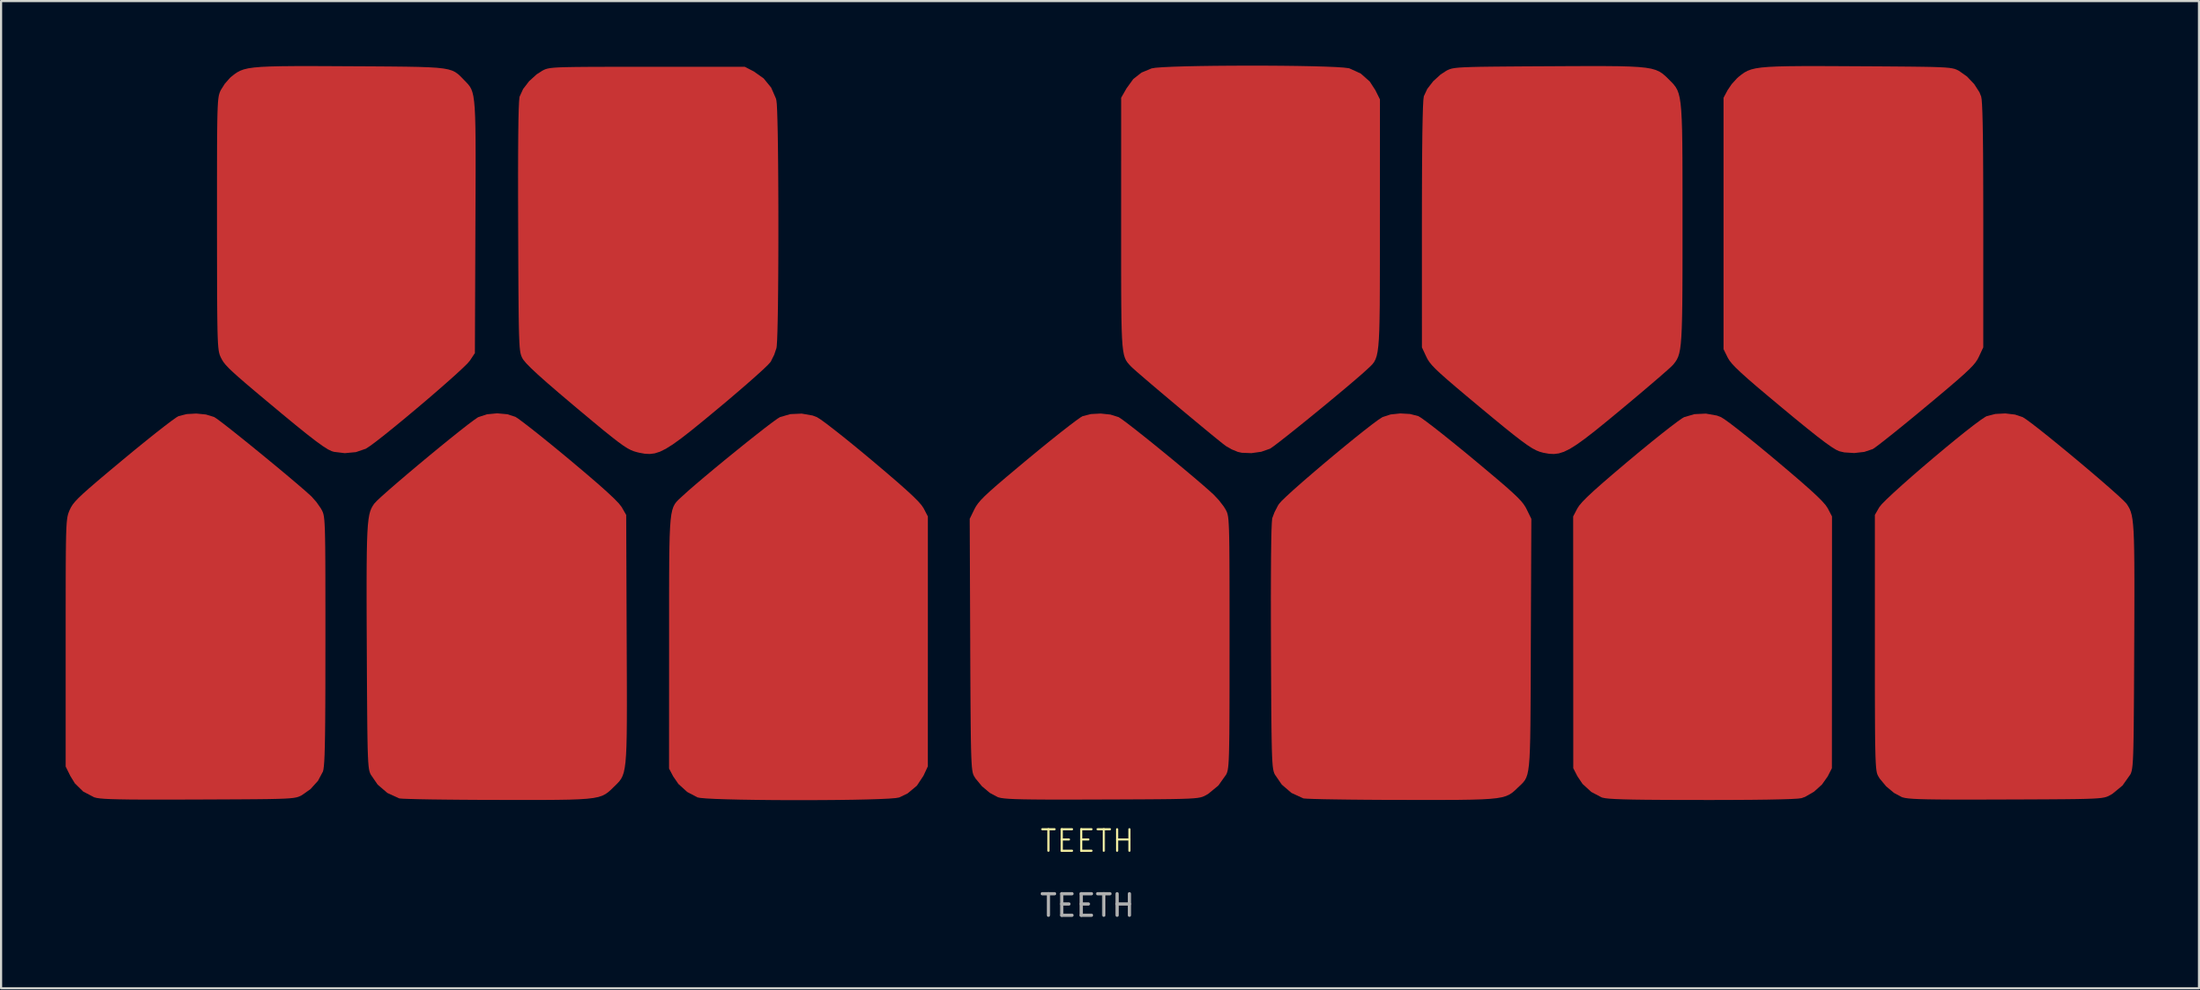
<source format=kicad_pcb>
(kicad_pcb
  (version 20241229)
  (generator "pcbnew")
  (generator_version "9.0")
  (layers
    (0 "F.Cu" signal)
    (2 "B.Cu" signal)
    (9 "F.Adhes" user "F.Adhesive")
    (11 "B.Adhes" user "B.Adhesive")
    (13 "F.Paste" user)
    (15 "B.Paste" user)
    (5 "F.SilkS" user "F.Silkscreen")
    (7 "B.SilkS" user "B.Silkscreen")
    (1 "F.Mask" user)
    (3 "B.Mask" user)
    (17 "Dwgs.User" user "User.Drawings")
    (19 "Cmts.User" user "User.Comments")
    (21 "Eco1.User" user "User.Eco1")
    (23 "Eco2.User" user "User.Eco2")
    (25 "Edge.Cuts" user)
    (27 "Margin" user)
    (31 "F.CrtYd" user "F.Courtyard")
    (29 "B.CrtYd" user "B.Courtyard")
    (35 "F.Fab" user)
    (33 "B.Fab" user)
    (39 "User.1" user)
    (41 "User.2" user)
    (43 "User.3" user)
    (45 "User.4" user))
  (footprint "TEETH"
    (layer "F.Cu")
    (at 47.456 36.529)
    (property "Reference" "TEETH" (at 0 -0.5 0) (unlocked yes) (layer "F.SilkS") (effects (font (size 1 1) (thickness 0.1))))
    (attr smd)
    (fp_poly (pts (xy 29.239 -20.217) (xy 29.432 -20.143) (xy 29.585 -20.048) (xy 29.849 -19.858) (xy 30.204 -19.585) (xy 30.633 -19.246) (xy 31.119 -18.854) (xy 31.641 -18.423) (xy 31.999 -18.124) (xy 32.642 -17.58) (xy 33.164 -17.131) (xy 33.578 -16.765) (xy 33.895 -16.472) (xy 34.126 -16.241) (xy 34.285 -16.061) (xy 34.381 -15.92) (xy 34.391 -15.902) (xy 34.586 -15.529) (xy 34.584 -9.679) (xy 34.581 -3.829) (xy 34.387 -3.448) (xy 34.12 -3.07) (xy 33.75 -2.736) (xy 33.337 -2.497) (xy 33.166 -2.436) (xy 33.001 -2.415) (xy 32.674 -2.396) (xy 32.193 -2.381) (xy 31.566 -2.368) (xy 30.799 -2.359) (xy 29.901 -2.354) (xy 28.879 -2.351) (xy 28.532 -2.352) (xy 27.519 -2.353) (xy 26.661 -2.357) (xy 25.947 -2.362) (xy 25.363 -2.37) (xy 24.895 -2.381) (xy 24.531 -2.395) (xy 24.257 -2.412) (xy 24.06 -2.433) (xy 23.928 -2.459) (xy 23.886 -2.472) (xy 23.407 -2.724) (xy 23 -3.097) (xy 22.76 -3.455) (xy 22.568 -3.829) (xy 22.566 -9.679) (xy 22.563 -15.529) (xy 22.758 -15.902) (xy 22.847 -16.037) (xy 22.995 -16.211) (xy 23.215 -16.434) (xy 23.518 -16.717) (xy 23.916 -17.071) (xy 24.421 -17.507) (xy 25.045 -18.036) (xy 25.15 -18.124) (xy 25.687 -18.572) (xy 26.199 -18.991) (xy 26.668 -19.367) (xy 27.074 -19.685) (xy 27.401 -19.932) (xy 27.629 -20.092) (xy 27.717 -20.143) (xy 28.197 -20.283) (xy 28.728 -20.308)) (stroke (width 0) (type solid)) (fill yes) (layer "F.Mask"))
    (fp_poly (pts (xy -12.759 -20.218) (xy -12.562 -20.143) (xy -12.409 -20.048) (xy -12.146 -19.858) (xy -11.791 -19.585) (xy -11.361 -19.246) (xy -10.876 -18.854) (xy -10.353 -18.423) (xy -9.995 -18.124) (xy -9.352 -17.58) (xy -8.83 -17.131) (xy -8.417 -16.765) (xy -8.1 -16.472) (xy -7.868 -16.241) (xy -7.71 -16.061) (xy -7.613 -15.92) (xy -7.603 -15.902) (xy -7.409 -15.529) (xy -7.409 -9.721) (xy -7.41 -3.914) (xy -7.612 -3.48) (xy -7.919 -3.016) (xy -8.349 -2.657) (xy -8.742 -2.468) (xy -8.908 -2.44) (xy -9.222 -2.415) (xy -9.666 -2.394) (xy -10.218 -2.377) (xy -10.859 -2.363) (xy -11.569 -2.353) (xy -12.326 -2.347) (xy -13.112 -2.344) (xy -13.906 -2.344) (xy -14.688 -2.349) (xy -15.437 -2.357) (xy -16.133 -2.368) (xy -16.757 -2.383) (xy -17.288 -2.401) (xy -17.706 -2.423) (xy -17.991 -2.449) (xy -18.108 -2.472) (xy -18.587 -2.724) (xy -18.997 -3.097) (xy -19.238 -3.447) (xy -19.431 -3.813) (xy -19.429 -9.663) (xy -19.429 -10.838) (xy -19.429 -11.855) (xy -19.427 -12.728) (xy -19.422 -13.468) (xy -19.414 -14.088) (xy -19.402 -14.601) (xy -19.383 -15.018) (xy -19.358 -15.351) (xy -19.325 -15.614) (xy -19.282 -15.819) (xy -19.23 -15.977) (xy -19.166 -16.102) (xy -19.09 -16.204) (xy -19.001 -16.298) (xy -18.897 -16.394) (xy -18.828 -16.458) (xy -18.557 -16.704) (xy -18.2 -17.014) (xy -17.777 -17.373) (xy -17.309 -17.764) (xy -16.814 -18.172) (xy -16.312 -18.58) (xy -15.824 -18.974) (xy -15.368 -19.335) (xy -14.966 -19.65) (xy -14.635 -19.901) (xy -14.396 -20.072) (xy -14.278 -20.145) (xy -13.798 -20.284) (xy -13.268 -20.308)) (stroke (width 0) (type solid)) (fill yes) (layer "F.Mask"))
    (fp_poly (pts (xy 34.849 -36.455) (xy 35.784 -36.45) (xy 36.753 -36.445) (xy 37.568 -36.439) (xy 38.243 -36.433) (xy 38.792 -36.426) (xy 39.232 -36.418) (xy 39.576 -36.406) (xy 39.839 -36.392) (xy 40.036 -36.374) (xy 40.182 -36.351) (xy 40.291 -36.324) (xy 40.379 -36.29) (xy 40.459 -36.25) (xy 40.482 -36.238) (xy 40.855 -35.974) (xy 41.189 -35.623) (xy 41.436 -35.239) (xy 41.515 -35.041) (xy 41.537 -34.91) (xy 41.555 -34.666) (xy 41.571 -34.303) (xy 41.584 -33.814) (xy 41.595 -33.191) (xy 41.603 -32.428) (xy 41.608 -31.517) (xy 41.611 -30.452) (xy 41.613 -29.225) (xy 41.613 -29.05) (xy 41.612 -23.387) (xy 41.408 -22.95) (xy 41.341 -22.821) (xy 41.252 -22.688) (xy 41.127 -22.538) (xy 40.952 -22.359) (xy 40.714 -22.136) (xy 40.398 -21.856) (xy 39.99 -21.506) (xy 39.477 -21.074) (xy 38.975 -20.655) (xy 38.438 -20.209) (xy 37.931 -19.794) (xy 37.473 -19.423) (xy 37.079 -19.11) (xy 36.769 -18.868) (xy 36.558 -18.711) (xy 36.477 -18.659) (xy 36.085 -18.528) (xy 35.618 -18.475) (xy 35.154 -18.505) (xy 34.925 -18.559) (xy 34.774 -18.628) (xy 34.559 -18.761) (xy 34.269 -18.966) (xy 33.894 -19.252) (xy 33.423 -19.627) (xy 32.845 -20.098) (xy 32.239 -20.601) (xy 31.603 -21.133) (xy 31.085 -21.57) (xy 30.674 -21.926) (xy 30.356 -22.212) (xy 30.117 -22.44) (xy 29.945 -22.622) (xy 29.826 -22.77) (xy 29.749 -22.896) (xy 29.741 -22.912) (xy 29.548 -23.302) (xy 29.548 -29.144) (xy 29.548 -34.986) (xy 29.736 -35.338) (xy 29.926 -35.619) (xy 30.171 -35.889) (xy 30.244 -35.955) (xy 30.382 -36.065) (xy 30.515 -36.159) (xy 30.66 -36.237) (xy 30.83 -36.301) (xy 31.04 -36.352) (xy 31.304 -36.391) (xy 31.638 -36.42) (xy 32.055 -36.44) (xy 32.57 -36.452) (xy 33.197 -36.458) (xy 33.952 -36.459)) (stroke (width 0) (type solid)) (fill yes) (layer "F.Mask"))
    (fp_poly (pts (xy 8.25 -36.478) (xy 9.024 -36.473) (xy 9.759 -36.464) (xy 10.435 -36.451) (xy 11.031 -36.434) (xy 11.527 -36.414) (xy 11.9 -36.389) (xy 12.132 -36.361) (xy 12.17 -36.352) (xy 12.696 -36.112) (xy 13.114 -35.742) (xy 13.373 -35.344) (xy 13.589 -34.911) (xy 13.587 -29.107) (xy 13.587 -27.937) (xy 13.586 -26.924) (xy 13.584 -26.056) (xy 13.58 -25.32) (xy 13.571 -24.704) (xy 13.559 -24.195) (xy 13.54 -23.781) (xy 13.514 -23.451) (xy 13.48 -23.19) (xy 13.437 -22.988) (xy 13.384 -22.832) (xy 13.32 -22.708) (xy 13.243 -22.606) (xy 13.152 -22.512) (xy 13.047 -22.415) (xy 12.985 -22.357) (xy 12.754 -22.148) (xy 12.43 -21.868) (xy 12.035 -21.532) (xy 11.586 -21.157) (xy 11.106 -20.758) (xy 10.612 -20.353) (xy 10.126 -19.957) (xy 9.666 -19.586) (xy 9.253 -19.258) (xy 8.906 -18.986) (xy 8.646 -18.789) (xy 8.491 -18.682) (xy 8.477 -18.674) (xy 8.079 -18.535) (xy 7.616 -18.47) (xy 7.17 -18.488) (xy 6.988 -18.528) (xy 6.705 -18.645) (xy 6.437 -18.798) (xy 6.288 -18.912) (xy 6.033 -19.116) (xy 5.694 -19.393) (xy 5.291 -19.726) (xy 4.842 -20.099) (xy 4.368 -20.494) (xy 3.889 -20.897) (xy 3.424 -21.289) (xy 2.993 -21.654) (xy 2.617 -21.976) (xy 2.314 -22.238) (xy 2.105 -22.423) (xy 2.015 -22.509) (xy 1.93 -22.602) (xy 1.856 -22.69) (xy 1.793 -22.787) (xy 1.74 -22.903) (xy 1.696 -23.052) (xy 1.66 -23.247) (xy 1.631 -23.498) (xy 1.609 -23.819) (xy 1.593 -24.222) (xy 1.581 -24.719) (xy 1.574 -25.323) (xy 1.569 -26.046) (xy 1.567 -26.899) (xy 1.567 -27.897) (xy 1.567 -29.05) (xy 1.567 -29.163) (xy 1.568 -34.986) (xy 1.818 -35.423) (xy 2.131 -35.856) (xy 2.514 -36.156) (xy 2.983 -36.351) (xy 3.168 -36.381) (xy 3.501 -36.406) (xy 3.963 -36.428) (xy 4.531 -36.446) (xy 5.186 -36.46) (xy 5.906 -36.47) (xy 6.67 -36.476) (xy 7.459 -36.479)) (stroke (width 0) (type solid)) (fill yes) (layer "F.Mask"))
    (fp_poly (pts (xy -15.493 -36.209) (xy -15.038 -35.887) (xy -14.686 -35.456) (xy -14.467 -34.954) (xy -14.444 -34.859) (xy -14.425 -34.687) (xy -14.409 -34.365) (xy -14.395 -33.91) (xy -14.382 -33.34) (xy -14.372 -32.675) (xy -14.364 -31.931) (xy -14.358 -31.126) (xy -14.354 -30.28) (xy -14.352 -29.409) (xy -14.352 -28.532) (xy -14.354 -27.667) (xy -14.358 -26.832) (xy -14.364 -26.045) (xy -14.372 -25.324) (xy -14.383 -24.687) (xy -14.395 -24.152) (xy -14.41 -23.737) (xy -14.427 -23.461) (xy -14.44 -23.358) (xy -14.545 -23.045) (xy -14.696 -22.742) (xy -14.727 -22.694) (xy -14.839 -22.57) (xy -15.065 -22.353) (xy -15.389 -22.059) (xy -15.792 -21.703) (xy -16.26 -21.299) (xy -16.773 -20.862) (xy -17.159 -20.54) (xy -17.834 -19.98) (xy -18.398 -19.522) (xy -18.865 -19.158) (xy -19.253 -18.878) (xy -19.577 -18.674) (xy -19.854 -18.537) (xy -20.099 -18.459) (xy -20.329 -18.431) (xy -20.56 -18.443) (xy -20.807 -18.488) (xy -20.913 -18.513) (xy -21.055 -18.554) (xy -21.2 -18.611) (xy -21.363 -18.697) (xy -21.558 -18.822) (xy -21.8 -18.997) (xy -22.104 -19.233) (xy -22.486 -19.54) (xy -22.958 -19.931) (xy -23.538 -20.415) (xy -23.871 -20.695) (xy -24.541 -21.262) (xy -25.087 -21.733) (xy -25.517 -22.116) (xy -25.841 -22.419) (xy -26.067 -22.65) (xy -26.205 -22.818) (xy -26.242 -22.879) (xy -26.276 -22.949) (xy -26.306 -23.027) (xy -26.331 -23.123) (xy -26.352 -23.251) (xy -26.37 -23.424) (xy -26.384 -23.653) (xy -26.396 -23.953) (xy -26.406 -24.334) (xy -26.414 -24.81) (xy -26.42 -25.394) (xy -26.426 -26.098) (xy -26.431 -26.934) (xy -26.435 -27.915) (xy -26.439 -28.96) (xy -26.443 -30.284) (xy -26.444 -31.442) (xy -26.441 -32.435) (xy -26.435 -33.265) (xy -26.426 -33.935) (xy -26.413 -34.448) (xy -26.397 -34.805) (xy -26.378 -35.008) (xy -26.371 -35.039) (xy -26.209 -35.393) (xy -25.932 -35.754) (xy -25.583 -36.072) (xy -25.321 -36.241) (xy -25.243 -36.282) (xy -25.162 -36.316) (xy -25.063 -36.344) (xy -24.933 -36.367) (xy -24.756 -36.385) (xy -24.519 -36.399) (xy -24.207 -36.409) (xy -23.806 -36.416) (xy -23.301 -36.421) (xy -22.677 -36.424) (xy -21.922 -36.425) (xy -21.019 -36.426) (xy -20.445 -36.426) (xy -15.913 -36.426)) (stroke (width 0) (type solid)) (fill yes) (layer "F.Mask"))
    (fp_poly (pts (xy 14.99 -20.29) (xy 15.373 -20.19) (xy 15.509 -20.107) (xy 15.757 -19.928) (xy 16.099 -19.667) (xy 16.518 -19.338) (xy 16.997 -18.953) (xy 17.519 -18.528) (xy 17.929 -18.189) (xy 18.543 -17.676) (xy 19.04 -17.257) (xy 19.434 -16.919) (xy 19.738 -16.647) (xy 19.968 -16.43) (xy 20.136 -16.254) (xy 20.257 -16.105) (xy 20.346 -15.97) (xy 20.401 -15.866) (xy 20.621 -15.417) (xy 20.597 -9.581) (xy 20.593 -8.421) (xy 20.589 -7.417) (xy 20.584 -6.558) (xy 20.578 -5.831) (xy 20.569 -5.224) (xy 20.555 -4.723) (xy 20.537 -4.318) (xy 20.511 -3.994) (xy 20.478 -3.74) (xy 20.437 -3.544) (xy 20.385 -3.392) (xy 20.322 -3.273) (xy 20.247 -3.174) (xy 20.159 -3.082) (xy 20.056 -2.985) (xy 19.973 -2.907) (xy 19.849 -2.788) (xy 19.729 -2.687) (xy 19.6 -2.603) (xy 19.447 -2.534) (xy 19.256 -2.479) (xy 19.012 -2.436) (xy 18.701 -2.404) (xy 18.309 -2.381) (xy 17.82 -2.366) (xy 17.22 -2.357) (xy 16.495 -2.354) (xy 15.63 -2.353) (xy 14.611 -2.355) (xy 14.568 -2.355) (xy 13.722 -2.357) (xy 12.922 -2.362) (xy 12.186 -2.369) (xy 11.53 -2.378) (xy 10.971 -2.387) (xy 10.527 -2.399) (xy 10.214 -2.411) (xy 10.049 -2.423) (xy 10.032 -2.426) (xy 9.481 -2.678) (xy 9.029 -3.067) (xy 8.709 -3.533) (xy 8.678 -3.599) (xy 8.651 -3.68) (xy 8.628 -3.788) (xy 8.608 -3.936) (xy 8.592 -4.137) (xy 8.578 -4.403) (xy 8.567 -4.746) (xy 8.558 -5.18) (xy 8.55 -5.716) (xy 8.544 -6.368) (xy 8.538 -7.148) (xy 8.533 -8.068) (xy 8.528 -9.141) (xy 8.527 -9.482) (xy 8.523 -10.718) (xy 8.522 -11.824) (xy 8.525 -12.794) (xy 8.53 -13.622) (xy 8.539 -14.304) (xy 8.55 -14.835) (xy 8.565 -15.208) (xy 8.582 -15.419) (xy 8.588 -15.452) (xy 8.692 -15.726) (xy 8.846 -16.025) (xy 8.897 -16.106) (xy 9.017 -16.244) (xy 9.251 -16.47) (xy 9.578 -16.769) (xy 9.98 -17.124) (xy 10.436 -17.518) (xy 10.926 -17.936) (xy 11.432 -18.361) (xy 11.934 -18.777) (xy 12.413 -19.167) (xy 12.848 -19.514) (xy 13.22 -19.803) (xy 13.51 -20.018) (xy 13.699 -20.14) (xy 13.711 -20.147) (xy 14.082 -20.268) (xy 14.533 -20.316)) (stroke (width 0) (type solid)) (fill yes) (layer "F.Mask"))
    (fp_poly (pts (xy -26.946 -20.279) (xy -26.568 -20.158) (xy -26.427 -20.066) (xy -26.175 -19.879) (xy -25.828 -19.611) (xy -25.406 -19.276) (xy -24.926 -18.888) (xy -24.406 -18.461) (xy -24.039 -18.156) (xy -23.343 -17.57) (xy -22.773 -17.081) (xy -22.325 -16.683) (xy -21.99 -16.369) (xy -21.762 -16.133) (xy -21.634 -15.969) (xy -21.626 -15.956) (xy -21.421 -15.598) (xy -21.398 -9.848) (xy -21.393 -8.669) (xy -21.389 -7.647) (xy -21.388 -6.769) (xy -21.39 -6.024) (xy -21.396 -5.399) (xy -21.408 -4.881) (xy -21.427 -4.458) (xy -21.453 -4.117) (xy -21.489 -3.847) (xy -21.533 -3.635) (xy -21.589 -3.469) (xy -21.657 -3.335) (xy -21.738 -3.222) (xy -21.833 -3.118) (xy -21.943 -3.009) (xy -21.994 -2.96) (xy -22.128 -2.829) (xy -22.252 -2.719) (xy -22.382 -2.627) (xy -22.53 -2.551) (xy -22.713 -2.491) (xy -22.945 -2.444) (xy -23.241 -2.409) (xy -23.614 -2.384) (xy -24.08 -2.367) (xy -24.654 -2.358) (xy -25.349 -2.353) (xy -26.181 -2.353) (xy -27.164 -2.354) (xy -27.422 -2.355) (xy -28.269 -2.357) (xy -29.069 -2.362) (xy -29.806 -2.369) (xy -30.462 -2.377) (xy -31.021 -2.387) (xy -31.466 -2.399) (xy -31.78 -2.41) (xy -31.946 -2.423) (xy -31.963 -2.426) (xy -32.514 -2.678) (xy -32.966 -3.067) (xy -33.286 -3.533) (xy -33.317 -3.599) (xy -33.344 -3.681) (xy -33.368 -3.79) (xy -33.387 -3.939) (xy -33.404 -4.142) (xy -33.417 -4.41) (xy -33.429 -4.756) (xy -33.438 -5.193) (xy -33.446 -5.733) (xy -33.452 -6.39) (xy -33.458 -7.175) (xy -33.464 -8.102) (xy -33.469 -9.183) (xy -33.47 -9.417) (xy -33.476 -10.594) (xy -33.479 -11.613) (xy -33.479 -12.488) (xy -33.476 -13.231) (xy -33.469 -13.854) (xy -33.458 -14.37) (xy -33.441 -14.791) (xy -33.419 -15.13) (xy -33.389 -15.399) (xy -33.353 -15.61) (xy -33.309 -15.775) (xy -33.256 -15.908) (xy -33.194 -16.02) (xy -33.122 -16.125) (xy -33.12 -16.127) (xy -32.999 -16.257) (xy -32.764 -16.476) (xy -32.436 -16.767) (xy -32.034 -17.116) (xy -31.578 -17.505) (xy -31.088 -17.918) (xy -30.581 -18.34) (xy -30.08 -18.753) (xy -29.602 -19.141) (xy -29.167 -19.489) (xy -28.796 -19.78) (xy -28.506 -19.998) (xy -28.319 -20.127) (xy -28.288 -20.144) (xy -27.887 -20.276) (xy -27.415 -20.321)) (stroke (width 0) (type solid)) (fill yes) (layer "F.Mask"))
    (fp_poly (pts (xy 43.092 -20.262) (xy 43.443 -20.144) (xy 43.606 -20.039) (xy 43.875 -19.841) (xy 44.229 -19.566) (xy 44.651 -19.23) (xy 45.119 -18.849) (xy 45.616 -18.44) (xy 46.122 -18.018) (xy 46.617 -17.6) (xy 47.082 -17.202) (xy 47.497 -16.84) (xy 47.844 -16.531) (xy 48.103 -16.29) (xy 48.255 -16.133) (xy 48.276 -16.106) (xy 48.347 -15.996) (xy 48.409 -15.883) (xy 48.461 -15.754) (xy 48.505 -15.596) (xy 48.541 -15.398) (xy 48.57 -15.146) (xy 48.593 -14.828) (xy 48.61 -14.431) (xy 48.621 -13.943) (xy 48.628 -13.35) (xy 48.631 -12.642) (xy 48.631 -11.803) (xy 48.629 -10.824) (xy 48.624 -9.689) (xy 48.623 -9.459) (xy 48.618 -8.342) (xy 48.613 -7.381) (xy 48.607 -6.564) (xy 48.601 -5.879) (xy 48.594 -5.312) (xy 48.585 -4.852) (xy 48.575 -4.486) (xy 48.562 -4.201) (xy 48.546 -3.984) (xy 48.527 -3.823) (xy 48.505 -3.705) (xy 48.479 -3.618) (xy 48.449 -3.549) (xy 48.441 -3.533) (xy 48.079 -3.023) (xy 47.607 -2.635) (xy 47.498 -2.572) (xy 47.42 -2.532) (xy 47.338 -2.498) (xy 47.237 -2.47) (xy 47.103 -2.447) (xy 46.921 -2.429) (xy 46.677 -2.414) (xy 46.357 -2.403) (xy 45.945 -2.394) (xy 45.428 -2.388) (xy 44.791 -2.383) (xy 44.02 -2.379) (xy 43.1 -2.375) (xy 42.672 -2.374) (xy 41.658 -2.371) (xy 40.8 -2.37) (xy 40.083 -2.371) (xy 39.494 -2.375) (xy 39.019 -2.382) (xy 38.644 -2.392) (xy 38.355 -2.406) (xy 38.138 -2.424) (xy 37.98 -2.446) (xy 37.866 -2.473) (xy 37.833 -2.484) (xy 37.463 -2.682) (xy 37.098 -2.988) (xy 36.799 -3.349) (xy 36.724 -3.473) (xy 36.695 -3.535) (xy 36.67 -3.616) (xy 36.649 -3.729) (xy 36.631 -3.885) (xy 36.617 -4.097) (xy 36.605 -4.376) (xy 36.596 -4.736) (xy 36.588 -5.188) (xy 36.583 -5.744) (xy 36.58 -6.416) (xy 36.577 -7.217) (xy 36.576 -8.159) (xy 36.576 -9.254) (xy 36.576 -9.671) (xy 36.576 -15.598) (xy 36.781 -15.956) (xy 36.897 -16.099) (xy 37.127 -16.331) (xy 37.452 -16.636) (xy 37.852 -16.999) (xy 38.308 -17.402) (xy 38.802 -17.829) (xy 39.314 -18.265) (xy 39.826 -18.694) (xy 40.317 -19.098) (xy 40.77 -19.463) (xy 41.166 -19.771) (xy 41.484 -20.007) (xy 41.706 -20.155) (xy 41.772 -20.189) (xy 42.172 -20.292) (xy 42.637 -20.316)) (stroke (width 0) (type solid)) (fill yes) (layer "F.Mask"))
    (fp_poly (pts (xy 24.049 -36.458) (xy 24.673 -36.452) (xy 25.184 -36.438) (xy 25.597 -36.415) (xy 25.928 -36.382) (xy 26.19 -36.337) (xy 26.397 -36.278) (xy 26.564 -36.205) (xy 26.705 -36.114) (xy 26.835 -36.006) (xy 26.968 -35.878) (xy 27.009 -35.837) (xy 27.13 -35.716) (xy 27.234 -35.603) (xy 27.323 -35.486) (xy 27.399 -35.352) (xy 27.461 -35.188) (xy 27.512 -34.981) (xy 27.552 -34.72) (xy 27.583 -34.391) (xy 27.606 -33.981) (xy 27.623 -33.479) (xy 27.633 -32.87) (xy 27.639 -32.143) (xy 27.642 -31.285) (xy 27.643 -30.284) (xy 27.643 -29.125) (xy 27.643 -29.102) (xy 27.643 -27.949) (xy 27.642 -26.952) (xy 27.638 -26.099) (xy 27.632 -25.378) (xy 27.622 -24.775) (xy 27.608 -24.279) (xy 27.588 -23.875) (xy 27.562 -23.553) (xy 27.529 -23.298) (xy 27.488 -23.099) (xy 27.438 -22.943) (xy 27.378 -22.817) (xy 27.308 -22.708) (xy 27.226 -22.603) (xy 27.197 -22.569) (xy 27.088 -22.462) (xy 26.865 -22.262) (xy 26.545 -21.983) (xy 26.145 -21.64) (xy 25.682 -21.246) (xy 25.172 -20.818) (xy 24.807 -20.513) (xy 24.136 -19.958) (xy 23.577 -19.505) (xy 23.113 -19.145) (xy 22.729 -18.869) (xy 22.409 -18.668) (xy 22.136 -18.534) (xy 21.895 -18.458) (xy 21.669 -18.43) (xy 21.442 -18.441) (xy 21.199 -18.484) (xy 21.166 -18.491) (xy 21.01 -18.534) (xy 20.846 -18.6) (xy 20.657 -18.701) (xy 20.43 -18.848) (xy 20.15 -19.051) (xy 19.8 -19.321) (xy 19.366 -19.669) (xy 18.833 -20.107) (xy 18.217 -20.618) (xy 17.602 -21.132) (xy 17.105 -21.552) (xy 16.71 -21.891) (xy 16.405 -22.162) (xy 16.176 -22.378) (xy 16.008 -22.553) (xy 15.889 -22.699) (xy 15.803 -22.83) (xy 15.742 -22.949) (xy 15.538 -23.387) (xy 15.537 -29.06) (xy 15.539 -30.375) (xy 15.543 -31.531) (xy 15.55 -32.527) (xy 15.559 -33.361) (xy 15.572 -34.032) (xy 15.587 -34.539) (xy 15.605 -34.879) (xy 15.626 -35.052) (xy 15.627 -35.056) (xy 15.788 -35.399) (xy 16.062 -35.753) (xy 16.405 -36.066) (xy 16.673 -36.241) (xy 16.754 -36.282) (xy 16.838 -36.317) (xy 16.941 -36.346) (xy 17.078 -36.369) (xy 17.263 -36.388) (xy 17.511 -36.403) (xy 17.837 -36.415) (xy 18.255 -36.425) (xy 18.781 -36.432) (xy 19.428 -36.438) (xy 20.213 -36.444) (xy 21.148 -36.449) (xy 21.365 -36.45) (xy 22.41 -36.456) (xy 23.3 -36.459)) (stroke (width 0) (type solid)) (fill yes) (layer "F.Mask"))
    (fp_poly (pts (xy -40.939 -20.266) (xy -40.569 -20.153) (xy -40.544 -20.14) (xy -40.41 -20.051) (xy -40.167 -19.868) (xy -39.834 -19.609) (xy -39.431 -19.289) (xy -38.978 -18.925) (xy -38.496 -18.533) (xy -38.003 -18.128) (xy -37.52 -17.729) (xy -37.067 -17.35) (xy -36.663 -17.007) (xy -36.328 -16.718) (xy -36.083 -16.498) (xy -36.04 -16.458) (xy -35.812 -16.202) (xy -35.607 -15.909) (xy -35.574 -15.852) (xy -35.538 -15.783) (xy -35.507 -15.712) (xy -35.481 -15.624) (xy -35.459 -15.509) (xy -35.441 -15.353) (xy -35.427 -15.143) (xy -35.415 -14.868) (xy -35.407 -14.514) (xy -35.4 -14.069) (xy -35.396 -13.521) (xy -35.393 -12.856) (xy -35.392 -12.063) (xy -35.391 -11.129) (xy -35.391 -10.041) (xy -35.391 -9.756) (xy -35.392 -8.58) (xy -35.393 -7.563) (xy -35.397 -6.692) (xy -35.402 -5.958) (xy -35.409 -5.348) (xy -35.419 -4.851) (xy -35.43 -4.456) (xy -35.444 -4.153) (xy -35.462 -3.929) (xy -35.482 -3.774) (xy -35.505 -3.676) (xy -35.506 -3.674) (xy -35.734 -3.246) (xy -36.083 -2.858) (xy -36.484 -2.575) (xy -36.563 -2.534) (xy -36.645 -2.5) (xy -36.746 -2.471) (xy -36.878 -2.448) (xy -37.057 -2.429) (xy -37.297 -2.414) (xy -37.613 -2.403) (xy -38.019 -2.394) (xy -38.529 -2.388) (xy -39.159 -2.383) (xy -39.922 -2.379) (xy -40.833 -2.375) (xy -41.318 -2.373) (xy -42.335 -2.37) (xy -43.196 -2.369) (xy -43.916 -2.37) (xy -44.507 -2.374) (xy -44.983 -2.382) (xy -45.358 -2.392) (xy -45.646 -2.406) (xy -45.859 -2.424) (xy -46.012 -2.446) (xy -46.119 -2.473) (xy -46.136 -2.479) (xy -46.641 -2.743) (xy -47.028 -3.123) (xy -47.236 -3.462) (xy -47.456 -3.905) (xy -47.456 -9.651) (xy -47.456 -10.777) (xy -47.455 -11.746) (xy -47.454 -12.571) (xy -47.452 -13.265) (xy -47.448 -13.841) (xy -47.442 -14.312) (xy -47.434 -14.69) (xy -47.423 -14.988) (xy -47.409 -15.218) (xy -47.391 -15.394) (xy -47.37 -15.528) (xy -47.344 -15.634) (xy -47.314 -15.723) (xy -47.279 -15.809) (xy -47.271 -15.827) (xy -47.211 -15.951) (xy -47.132 -16.077) (xy -47.021 -16.216) (xy -46.864 -16.383) (xy -46.646 -16.59) (xy -46.354 -16.85) (xy -45.975 -17.177) (xy -45.494 -17.583) (xy -44.897 -18.081) (xy -44.803 -18.16) (xy -44.258 -18.611) (xy -43.742 -19.03) (xy -43.273 -19.406) (xy -42.867 -19.723) (xy -42.542 -19.969) (xy -42.316 -20.13) (xy -42.216 -20.189) (xy -41.836 -20.286) (xy -41.386 -20.311)) (stroke (width 0) (type solid)) (fill yes) (layer "F.Mask"))
    (fp_poly (pts (xy 1.071 -20.263) (xy 1.445 -20.146) (xy 1.459 -20.139) (xy 1.602 -20.045) (xy 1.854 -19.858) (xy 2.194 -19.595) (xy 2.603 -19.271) (xy 3.06 -18.905) (xy 3.544 -18.511) (xy 4.036 -18.107) (xy 4.515 -17.709) (xy 4.961 -17.334) (xy 5.354 -16.998) (xy 5.673 -16.718) (xy 5.87 -16.538) (xy 6.112 -16.279) (xy 6.329 -15.998) (xy 6.42 -15.852) (xy 6.456 -15.784) (xy 6.487 -15.713) (xy 6.513 -15.627) (xy 6.535 -15.513) (xy 6.553 -15.358) (xy 6.567 -15.151) (xy 6.579 -14.879) (xy 6.588 -14.529) (xy 6.594 -14.089) (xy 6.598 -13.546) (xy 6.601 -12.888) (xy 6.603 -12.103) (xy 6.604 -11.178) (xy 6.604 -10.101) (xy 6.604 -9.671) (xy 6.603 -8.532) (xy 6.603 -7.55) (xy 6.601 -6.712) (xy 6.598 -6.007) (xy 6.594 -5.421) (xy 6.587 -4.943) (xy 6.579 -4.561) (xy 6.568 -4.261) (xy 6.554 -4.031) (xy 6.537 -3.86) (xy 6.517 -3.734) (xy 6.493 -3.642) (xy 6.465 -3.57) (xy 6.446 -3.533) (xy 6.084 -3.023) (xy 5.612 -2.635) (xy 5.503 -2.572) (xy 5.425 -2.532) (xy 5.343 -2.498) (xy 5.242 -2.47) (xy 5.108 -2.447) (xy 4.926 -2.429) (xy 4.682 -2.414) (xy 4.362 -2.403) (xy 3.95 -2.394) (xy 3.434 -2.388) (xy 2.797 -2.383) (xy 2.025 -2.379) (xy 1.105 -2.375) (xy 0.677 -2.374) (xy -0.337 -2.371) (xy -1.195 -2.37) (xy -1.912 -2.371) (xy -2.501 -2.375) (xy -2.976 -2.382) (xy -3.351 -2.392) (xy -3.64 -2.406) (xy -3.856 -2.424) (xy -4.015 -2.446) (xy -4.128 -2.473) (xy -4.161 -2.484) (xy -4.532 -2.682) (xy -4.896 -2.988) (xy -5.195 -3.349) (xy -5.271 -3.473) (xy -5.3 -3.536) (xy -5.325 -3.619) (xy -5.346 -3.735) (xy -5.365 -3.896) (xy -5.38 -4.114) (xy -5.393 -4.401) (xy -5.404 -4.77) (xy -5.413 -5.233) (xy -5.42 -5.802) (xy -5.426 -6.489) (xy -5.432 -7.306) (xy -5.437 -8.267) (xy -5.442 -9.382) (xy -5.442 -9.581) (xy -5.466 -15.417) (xy -5.247 -15.866) (xy -5.174 -15.998) (xy -5.08 -16.134) (xy -4.95 -16.288) (xy -4.77 -16.472) (xy -4.527 -16.699) (xy -4.205 -16.984) (xy -3.79 -17.338) (xy -3.27 -17.775) (xy -2.774 -18.189) (xy -2.233 -18.636) (xy -1.721 -19.052) (xy -1.255 -19.424) (xy -0.853 -19.737) (xy -0.533 -19.979) (xy -0.311 -20.136) (xy -0.22 -20.189) (xy 0.164 -20.287) (xy 0.62 -20.311)) (stroke (width 0) (type solid)) (fill yes) (layer "F.Mask"))
    (fp_poly (pts (xy -35.138 -36.455) (xy -34.235 -36.45) (xy -33.228 -36.445) (xy -32.375 -36.439) (xy -31.662 -36.431) (xy -31.075 -36.42) (xy -30.598 -36.403) (xy -30.217 -36.38) (xy -29.917 -36.347) (xy -29.683 -36.303) (xy -29.502 -36.247) (xy -29.357 -36.176) (xy -29.235 -36.089) (xy -29.121 -35.985) (xy -28.999 -35.86) (xy -28.95 -35.809) (xy -28.846 -35.703) (xy -28.757 -35.606) (xy -28.68 -35.504) (xy -28.615 -35.386) (xy -28.562 -35.239) (xy -28.518 -35.052) (xy -28.484 -34.81) (xy -28.457 -34.504) (xy -28.438 -34.119) (xy -28.425 -33.644) (xy -28.418 -33.066) (xy -28.415 -32.373) (xy -28.415 -31.554) (xy -28.418 -30.594) (xy -28.423 -29.483) (xy -28.425 -28.969) (xy -28.448 -23.121) (xy -28.682 -22.768) (xy -28.804 -22.627) (xy -29.04 -22.398) (xy -29.368 -22.095) (xy -29.771 -21.736) (xy -30.227 -21.337) (xy -30.719 -20.914) (xy -31.226 -20.485) (xy -31.729 -20.065) (xy -32.209 -19.67) (xy -32.645 -19.319) (xy -33.02 -19.025) (xy -33.312 -18.808) (xy -33.503 -18.682) (xy -33.518 -18.674) (xy -33.975 -18.518) (xy -34.491 -18.469) (xy -34.993 -18.531) (xy -35.095 -18.561) (xy -35.264 -18.641) (xy -35.507 -18.794) (xy -35.834 -19.03) (xy -36.255 -19.356) (xy -36.78 -19.779) (xy -37.421 -20.308) (xy -37.465 -20.345) (xy -38.119 -20.891) (xy -38.655 -21.34) (xy -39.086 -21.706) (xy -39.425 -22) (xy -39.686 -22.234) (xy -39.88 -22.42) (xy -40.021 -22.57) (xy -40.122 -22.697) (xy -40.195 -22.812) (xy -40.254 -22.927) (xy -40.27 -22.962) (xy -40.3 -23.036) (xy -40.326 -23.126) (xy -40.349 -23.242) (xy -40.367 -23.398) (xy -40.383 -23.607) (xy -40.395 -23.879) (xy -40.405 -24.229) (xy -40.412 -24.668) (xy -40.418 -25.209) (xy -40.422 -25.865) (xy -40.424 -26.647) (xy -40.426 -27.568) (xy -40.427 -28.641) (xy -40.427 -29.139) (xy -40.427 -30.274) (xy -40.427 -31.253) (xy -40.426 -32.088) (xy -40.424 -32.791) (xy -40.42 -33.375) (xy -40.414 -33.851) (xy -40.406 -34.234) (xy -40.395 -34.535) (xy -40.382 -34.767) (xy -40.365 -34.943) (xy -40.345 -35.074) (xy -40.32 -35.174) (xy -40.291 -35.255) (xy -40.257 -35.329) (xy -40.252 -35.341) (xy -40.068 -35.632) (xy -39.83 -35.905) (xy -39.765 -35.963) (xy -39.629 -36.072) (xy -39.497 -36.164) (xy -39.353 -36.241) (xy -39.183 -36.304) (xy -38.972 -36.354) (xy -38.706 -36.392) (xy -38.37 -36.421) (xy -37.95 -36.44) (xy -37.432 -36.452) (xy -36.8 -36.458) (xy -36.04 -36.459)) (stroke (width 0) (type solid)) (fill yes) (layer "F.Mask"))
    (fp_text user "${REFERENCE}" (at 0 2.5 0) (unlocked yes) (layer "F.Fab") (effects (font (size 1 1) (thickness 0.15))))
    (pad "1" smd custom (at -41.85 -11.05) (size 1.524 1.524) (layers "F.Cu" "F.Mask" "F.Paste") (options (anchor circle)) (primitives (gr_poly (pts (xy -1.143 -0.381) (xy -1.127 -0.49) (xy -1.072 -0.602) (xy -0.983 -0.691) (xy -0.871 -0.746) (xy -0.762 -0.762) (xy 0.762 -0.762) (xy 0.871 -0.746) (xy 0.983 -0.691) (xy 1.072 -0.602) (xy 1.127 -0.49) (xy 1.143 -0.381) (xy 1.143 0.381) (xy 1.127 0.49) (xy 1.072 0.602) (xy 0.983 0.691) (xy 0.871 0.746) (xy 0.762 0.762) (xy -0.762 0.762) (xy -0.871 0.746) (xy -0.983 0.691) (xy -1.072 0.602) (xy -1.127 0.49) (xy -1.143 0.381)) (width 0) (fill yes)) (gr_poly (pts (xy 0.911 -9.266) (xy 1.28 -9.153) (xy 1.306 -9.14) (xy 1.44 -9.051) (xy 1.683 -8.868) (xy 2.016 -8.609) (xy 2.419 -8.289) (xy 2.872 -7.925) (xy 3.354 -7.533) (xy 3.847 -7.128) (xy 4.33 -6.729) (xy 4.783 -6.35) (xy 5.187 -6.007) (xy 5.522 -5.718) (xy 5.767 -5.498) (xy 5.81 -5.458) (xy 6.038 -5.202) (xy 6.243 -4.909) (xy 6.276 -4.852) (xy 6.312 -4.783) (xy 6.343 -4.712) (xy 6.369 -4.624) (xy 6.391 -4.509) (xy 6.409 -4.353) (xy 6.423 -4.143) (xy 6.435 -3.868) (xy 6.443 -3.514) (xy 6.45 -3.069) (xy 6.454 -2.521) (xy 6.457 -1.856) (xy 6.458 -1.063) (xy 6.459 -0.129) (xy 6.459 0.959) (xy 6.459 1.244) (xy 6.458 2.42) (xy 6.457 3.437) (xy 6.453 4.308) (xy 6.448 5.042) (xy 6.441 5.652) (xy 6.431 6.149) (xy 6.42 6.544) (xy 6.406 6.847) (xy 6.388 7.071) (xy 6.368 7.226) (xy 6.345 7.324) (xy 6.344 7.326) (xy 6.116 7.754) (xy 5.767 8.142) (xy 5.366 8.425) (xy 5.287 8.466) (xy 5.205 8.5) (xy 5.104 8.529) (xy 4.972 8.552) (xy 4.793 8.571) (xy 4.553 8.586) (xy 4.237 8.597) (xy 3.831 8.606) (xy 3.321 8.612) (xy 2.691 8.617) (xy 1.928 8.621) (xy 1.017 8.625) (xy 0.532 8.627) (xy -0.485 8.63) (xy -1.346 8.631) (xy -2.066 8.63) (xy -2.657 8.626) (xy -3.133 8.618) (xy -3.508 8.608) (xy -3.796 8.594) (xy -4.009 8.576) (xy -4.162 8.554) (xy -4.269 8.527) (xy -4.286 8.521) (xy -4.791 8.257) (xy -5.178 7.877) (xy -5.386 7.538) (xy -5.606 7.095) (xy -5.606 1.349) (xy -5.606 0.223) (xy -5.605 -0.746) (xy -5.604 -1.571) (xy -5.602 -2.265) (xy -5.598 -2.841) (xy -5.592 -3.312) (xy -5.584 -3.69) (xy -5.573 -3.988) (xy -5.559 -4.218) (xy -5.541 -4.394) (xy -5.52 -4.528) (xy -5.494 -4.634) (xy -5.464 -4.723) (xy -5.429 -4.809) (xy -5.421 -4.827) (xy -5.361 -4.951) (xy -5.282 -5.077) (xy -5.171 -5.216) (xy -5.014 -5.383) (xy -4.796 -5.59) (xy -4.504 -5.85) (xy -4.125 -6.177) (xy -3.644 -6.583) (xy -3.047 -7.081) (xy -2.953 -7.16) (xy -2.408 -7.611) (xy -1.892 -8.03) (xy -1.423 -8.406) (xy -1.017 -8.723) (xy -0.692 -8.969) (xy -0.466 -9.13) (xy -0.366 -9.189) (xy 0.014 -9.286) (xy 0.464 -9.311)) (width 0) (fill yes))))
    (pad "2" smd custom (at -34.45 -28.95) (size 1.524 1.524) (layers "F.Cu" "F.Mask" "F.Paste") (options (anchor circle)) (primitives (gr_poly (pts (xy -1.143 -0.381) (xy -1.127 -0.49) (xy -1.072 -0.602) (xy -0.983 -0.691) (xy -0.871 -0.746) (xy -0.762 -0.762) (xy 0.762 -0.762) (xy 0.871 -0.746) (xy 0.983 -0.691) (xy 1.072 -0.602) (xy 1.127 -0.49) (xy 1.143 -0.381) (xy 1.143 0.381) (xy 1.127 0.49) (xy 1.072 0.602) (xy 0.983 0.691) (xy 0.871 0.746) (xy 0.762 0.762) (xy -0.762 0.762) (xy -0.871 0.746) (xy -0.983 0.691) (xy -1.072 0.602) (xy -1.127 0.49) (xy -1.143 0.381)) (width 0) (fill yes)) (gr_poly (pts (xy -0.688 -7.555) (xy 0.215 -7.55) (xy 1.222 -7.545) (xy 2.075 -7.539) (xy 2.788 -7.531) (xy 3.375 -7.52) (xy 3.852 -7.503) (xy 4.233 -7.48) (xy 4.533 -7.447) (xy 4.767 -7.403) (xy 4.948 -7.347) (xy 5.093 -7.276) (xy 5.215 -7.189) (xy 5.329 -7.085) (xy 5.451 -6.96) (xy 5.5 -6.909) (xy 5.604 -6.803) (xy 5.693 -6.706) (xy 5.77 -6.604) (xy 5.835 -6.486) (xy 5.888 -6.339) (xy 5.932 -6.152) (xy 5.966 -5.91) (xy 5.993 -5.604) (xy 6.012 -5.219) (xy 6.025 -4.744) (xy 6.032 -4.166) (xy 6.035 -3.473) (xy 6.035 -2.654) (xy 6.032 -1.694) (xy 6.027 -0.583) (xy 6.025 -0.069) (xy 6.002 5.779) (xy 5.768 6.132) (xy 5.646 6.273) (xy 5.41 6.502) (xy 5.082 6.805) (xy 4.679 7.164) (xy 4.223 7.563) (xy 3.731 7.986) (xy 3.224 8.415) (xy 2.721 8.835) (xy 2.241 9.23) (xy 1.805 9.581) (xy 1.43 9.875) (xy 1.138 10.092) (xy 0.947 10.218) (xy 0.932 10.226) (xy 0.475 10.382) (xy -0.041 10.431) (xy -0.543 10.369) (xy -0.645 10.339) (xy -0.814 10.259) (xy -1.057 10.106) (xy -1.384 9.87) (xy -1.805 9.544) (xy -2.33 9.121) (xy -2.971 8.592) (xy -3.015 8.555) (xy -3.669 8.009) (xy -4.205 7.56) (xy -4.636 7.194) (xy -4.975 6.9) (xy -5.236 6.666) (xy -5.43 6.48) (xy -5.571 6.33) (xy -5.672 6.203) (xy -5.745 6.088) (xy -5.804 5.973) (xy -5.82 5.938) (xy -5.85 5.864) (xy -5.876 5.774) (xy -5.899 5.658) (xy -5.917 5.502) (xy -5.933 5.293) (xy -5.945 5.021) (xy -5.955 4.671) (xy -5.962 4.232) (xy -5.968 3.691) (xy -5.972 3.035) (xy -5.974 2.253) (xy -5.976 1.332) (xy -5.977 0.259) (xy -5.977 -0.239) (xy -5.977 -1.374) (xy -5.977 -2.353) (xy -5.976 -3.188) (xy -5.974 -3.891) (xy -5.97 -4.475) (xy -5.964 -4.951) (xy -5.956 -5.334) (xy -5.945 -5.635) (xy -5.932 -5.867) (xy -5.915 -6.043) (xy -5.895 -6.174) (xy -5.87 -6.274) (xy -5.841 -6.355) (xy -5.807 -6.429) (xy -5.802 -6.441) (xy -5.618 -6.732) (xy -5.38 -7.005) (xy -5.315 -7.063) (xy -5.179 -7.172) (xy -5.047 -7.264) (xy -4.903 -7.341) (xy -4.733 -7.404) (xy -4.522 -7.454) (xy -4.256 -7.492) (xy -3.92 -7.521) (xy -3.5 -7.54) (xy -2.982 -7.552) (xy -2.35 -7.558) (xy -1.59 -7.559)) (width 0) (fill yes))))
    (pad "3" smd custom (at -27.7 -10.2) (size 1.524 1.524) (layers "F.Cu" "F.Mask" "F.Paste") (options (anchor circle)) (primitives (gr_poly (pts (xy -1.143 -0.381) (xy -1.127 -0.49) (xy -1.072 -0.602) (xy -0.983 -0.691) (xy -0.871 -0.746) (xy -0.762 -0.762) (xy 0.762 -0.762) (xy 0.871 -0.746) (xy 0.983 -0.691) (xy 1.072 -0.602) (xy 1.127 -0.49) (xy 1.143 -0.381) (xy 1.143 0.381) (xy 1.127 0.49) (xy 1.072 0.602) (xy 0.983 0.691) (xy 0.871 0.746) (xy 0.762 0.762) (xy -0.762 0.762) (xy -0.871 0.746) (xy -0.983 0.691) (xy -1.072 0.602) (xy -1.127 0.49) (xy -1.143 0.381)) (width 0) (fill yes)) (gr_poly (pts (xy 0.754 -10.129) (xy 1.132 -10.008) (xy 1.273 -9.916) (xy 1.525 -9.729) (xy 1.872 -9.461) (xy 2.294 -9.126) (xy 2.774 -8.738) (xy 3.294 -8.311) (xy 3.661 -8.006) (xy 4.357 -7.42) (xy 4.927 -6.931) (xy 5.375 -6.533) (xy 5.71 -6.219) (xy 5.938 -5.983) (xy 6.066 -5.819) (xy 6.074 -5.806) (xy 6.279 -5.448) (xy 6.302 0.302) (xy 6.307 1.481) (xy 6.311 2.503) (xy 6.312 3.381) (xy 6.31 4.126) (xy 6.304 4.751) (xy 6.292 5.269) (xy 6.273 5.692) (xy 6.247 6.033) (xy 6.211 6.303) (xy 6.167 6.515) (xy 6.111 6.681) (xy 6.043 6.815) (xy 5.962 6.928) (xy 5.867 7.032) (xy 5.757 7.141) (xy 5.706 7.19) (xy 5.572 7.321) (xy 5.448 7.431) (xy 5.318 7.523) (xy 5.17 7.599) (xy 4.987 7.659) (xy 4.755 7.706) (xy 4.459 7.741) (xy 4.086 7.766) (xy 3.62 7.783) (xy 3.046 7.792) (xy 2.351 7.797) (xy 1.519 7.797) (xy 0.536 7.796) (xy 0.278 7.795) (xy -0.569 7.793) (xy -1.369 7.788) (xy -2.106 7.781) (xy -2.762 7.773) (xy -3.321 7.763) (xy -3.766 7.751) (xy -4.08 7.74) (xy -4.246 7.727) (xy -4.263 7.724) (xy -4.814 7.472) (xy -5.266 7.083) (xy -5.586 6.617) (xy -5.617 6.551) (xy -5.644 6.469) (xy -5.668 6.36) (xy -5.687 6.211) (xy -5.704 6.008) (xy -5.717 5.74) (xy -5.729 5.394) (xy -5.738 4.957) (xy -5.746 4.417) (xy -5.752 3.76) (xy -5.758 2.975) (xy -5.764 2.048) (xy -5.769 0.967) (xy -5.77 0.733) (xy -5.776 -0.444) (xy -5.779 -1.463) (xy -5.779 -2.338) (xy -5.776 -3.081) (xy -5.769 -3.704) (xy -5.758 -4.22) (xy -5.741 -4.641) (xy -5.719 -4.98) (xy -5.689 -5.249) (xy -5.653 -5.46) (xy -5.609 -5.625) (xy -5.556 -5.758) (xy -5.494 -5.87) (xy -5.422 -5.975) (xy -5.42 -5.977) (xy -5.299 -6.107) (xy -5.064 -6.326) (xy -4.736 -6.617) (xy -4.334 -6.966) (xy -3.878 -7.355) (xy -3.388 -7.768) (xy -2.881 -8.19) (xy -2.38 -8.603) (xy -1.902 -8.991) (xy -1.467 -9.339) (xy -1.096 -9.63) (xy -0.806 -9.848) (xy -0.619 -9.977) (xy -0.588 -9.994) (xy -0.187 -10.126) (xy 0.285 -10.171)) (width 0) (fill yes))))
    (pad "4" smd custom (at -20.8 -28.7) (size 1.524 1.524) (layers "F.Cu" "F.Mask" "F.Paste") (options (anchor circle)) (primitives (gr_poly (pts (xy -1.143 -0.381) (xy -1.127 -0.49) (xy -1.072 -0.602) (xy -0.983 -0.691) (xy -0.871 -0.746) (xy -0.762 -0.762) (xy 0.762 -0.762) (xy 0.871 -0.746) (xy 0.983 -0.691) (xy 1.072 -0.602) (xy 1.127 -0.49) (xy 1.143 -0.381) (xy 1.143 0.381) (xy 1.127 0.49) (xy 1.072 0.602) (xy 0.983 0.691) (xy 0.871 0.746) (xy 0.762 0.762) (xy -0.762 0.762) (xy -0.871 0.746) (xy -0.983 0.691) (xy -1.072 0.602) (xy -1.127 0.49) (xy -1.143 0.381)) (width 0) (fill yes)) (gr_poly (pts (xy 5.307 -7.559) (xy 5.762 -7.237) (xy 6.114 -6.806) (xy 6.333 -6.304) (xy 6.356 -6.209) (xy 6.375 -6.037) (xy 6.391 -5.715) (xy 6.405 -5.26) (xy 6.418 -4.69) (xy 6.428 -4.025) (xy 6.436 -3.281) (xy 6.442 -2.476) (xy 6.446 -1.63) (xy 6.448 -0.759) (xy 6.448 0.118) (xy 6.446 0.983) (xy 6.442 1.818) (xy 6.436 2.605) (xy 6.428 3.326) (xy 6.417 3.963) (xy 6.405 4.498) (xy 6.39 4.913) (xy 6.373 5.189) (xy 6.36 5.292) (xy 6.255 5.605) (xy 6.104 5.908) (xy 6.073 5.956) (xy 5.961 6.08) (xy 5.735 6.297) (xy 5.411 6.591) (xy 5.008 6.947) (xy 4.54 7.351) (xy 4.027 7.788) (xy 3.641 8.11) (xy 2.966 8.67) (xy 2.402 9.128) (xy 1.935 9.492) (xy 1.547 9.772) (xy 1.223 9.976) (xy 0.946 10.113) (xy 0.701 10.191) (xy 0.471 10.219) (xy 0.24 10.207) (xy -0.007 10.162) (xy -0.113 10.137) (xy -0.255 10.096) (xy -0.4 10.039) (xy -0.563 9.953) (xy -0.758 9.828) (xy -1 9.653) (xy -1.304 9.417) (xy -1.686 9.11) (xy -2.158 8.719) (xy -2.738 8.235) (xy -3.071 7.955) (xy -3.741 7.388) (xy -4.287 6.917) (xy -4.717 6.534) (xy -5.041 6.231) (xy -5.267 6) (xy -5.405 5.832) (xy -5.442 5.771) (xy -5.476 5.701) (xy -5.506 5.623) (xy -5.531 5.527) (xy -5.552 5.399) (xy -5.57 5.226) (xy -5.584 4.997) (xy -5.596 4.697) (xy -5.606 4.316) (xy -5.614 3.84) (xy -5.62 3.256) (xy -5.626 2.552) (xy -5.631 1.716) (xy -5.635 0.735) (xy -5.639 -0.31) (xy -5.643 -1.634) (xy -5.644 -2.792) (xy -5.641 -3.785) (xy -5.635 -4.615) (xy -5.626 -5.285) (xy -5.613 -5.798) (xy -5.597 -6.155) (xy -5.578 -6.358) (xy -5.571 -6.389) (xy -5.409 -6.743) (xy -5.132 -7.104) (xy -4.783 -7.422) (xy -4.521 -7.591) (xy -4.443 -7.632) (xy -4.362 -7.666) (xy -4.263 -7.694) (xy -4.133 -7.717) (xy -3.956 -7.735) (xy -3.719 -7.749) (xy -3.407 -7.759) (xy -3.006 -7.766) (xy -2.501 -7.771) (xy -1.877 -7.774) (xy -1.122 -7.775) (xy -0.219 -7.776) (xy 0.355 -7.776) (xy 4.887 -7.776)) (width 0) (fill yes))))
    (pad "5" smd custom (at -13.1 -10.05) (size 1.524 1.524) (layers "F.Cu" "F.Mask" "F.Paste") (options (anchor circle)) (primitives (gr_poly (pts (xy -1.143 -0.381) (xy -1.127 -0.49) (xy -1.072 -0.602) (xy -0.983 -0.691) (xy -0.871 -0.746) (xy -0.762 -0.762) (xy 0.762 -0.762) (xy 0.871 -0.746) (xy 0.983 -0.691) (xy 1.072 -0.602) (xy 1.127 -0.49) (xy 1.143 -0.381) (xy 1.143 0.381) (xy 1.127 0.49) (xy 1.072 0.602) (xy 0.983 0.691) (xy 0.871 0.746) (xy 0.762 0.762) (xy -0.762 0.762) (xy -0.871 0.746) (xy -0.983 0.691) (xy -1.072 0.602) (xy -1.127 0.49) (xy -1.143 0.381)) (width 0) (fill yes)) (gr_poly (pts (xy 0.341 -10.218) (xy 0.538 -10.143) (xy 0.691 -10.048) (xy 0.954 -9.858) (xy 1.309 -9.585) (xy 1.739 -9.246) (xy 2.224 -8.854) (xy 2.747 -8.423) (xy 3.105 -8.124) (xy 3.748 -7.58) (xy 4.27 -7.131) (xy 4.683 -6.765) (xy 5 -6.472) (xy 5.232 -6.241) (xy 5.39 -6.061) (xy 5.487 -5.92) (xy 5.497 -5.902) (xy 5.691 -5.529) (xy 5.691 0.279) (xy 5.69 6.086) (xy 5.488 6.52) (xy 5.181 6.984) (xy 4.751 7.343) (xy 4.358 7.532) (xy 4.192 7.56) (xy 3.878 7.585) (xy 3.434 7.606) (xy 2.882 7.623) (xy 2.241 7.637) (xy 1.531 7.647) (xy 0.774 7.653) (xy -0.012 7.656) (xy -0.806 7.656) (xy -1.588 7.651) (xy -2.337 7.643) (xy -3.033 7.632) (xy -3.657 7.617) (xy -4.188 7.599) (xy -4.606 7.577) (xy -4.891 7.551) (xy -5.008 7.528) (xy -5.487 7.276) (xy -5.897 6.903) (xy -6.138 6.553) (xy -6.331 6.187) (xy -6.329 0.337) (xy -6.329 -0.838) (xy -6.329 -1.855) (xy -6.327 -2.728) (xy -6.322 -3.468) (xy -6.314 -4.088) (xy -6.302 -4.601) (xy -6.283 -5.018) (xy -6.258 -5.351) (xy -6.225 -5.614) (xy -6.182 -5.819) (xy -6.13 -5.977) (xy -6.066 -6.102) (xy -5.99 -6.204) (xy -5.901 -6.298) (xy -5.797 -6.394) (xy -5.728 -6.458) (xy -5.457 -6.704) (xy -5.1 -7.014) (xy -4.677 -7.373) (xy -4.209 -7.764) (xy -3.714 -8.172) (xy -3.212 -8.58) (xy -2.724 -8.974) (xy -2.268 -9.335) (xy -1.866 -9.65) (xy -1.535 -9.901) (xy -1.296 -10.072) (xy -1.178 -10.145) (xy -0.698 -10.284) (xy -0.168 -10.308)) (width 0) (fill yes))))
    (pad "6" smd custom (at 0.8 -9.15) (size 1.524 1.524) (layers "F.Cu" "F.Mask" "F.Paste") (options (anchor circle)) (primitives (gr_poly (pts (xy -1.143 -0.381) (xy -1.127 -0.49) (xy -1.072 -0.602) (xy -0.983 -0.691) (xy -0.871 -0.746) (xy -0.762 -0.762) (xy 0.762 -0.762) (xy 0.871 -0.746) (xy 0.983 -0.691) (xy 1.072 -0.602) (xy 1.127 -0.49) (xy 1.143 -0.381) (xy 1.143 0.381) (xy 1.127 0.49) (xy 1.072 0.602) (xy 0.983 0.691) (xy 0.871 0.746) (xy 0.762 0.762) (xy -0.762 0.762) (xy -0.871 0.746) (xy -0.983 0.691) (xy -1.072 0.602) (xy -1.127 0.49) (xy -1.143 0.381)) (width 0) (fill yes)) (gr_poly (pts (xy 0.271 -11.163) (xy 0.645 -11.046) (xy 0.659 -11.039) (xy 0.802 -10.945) (xy 1.054 -10.758) (xy 1.394 -10.495) (xy 1.803 -10.171) (xy 2.26 -9.805) (xy 2.744 -9.411) (xy 3.236 -9.007) (xy 3.715 -8.609) (xy 4.161 -8.234) (xy 4.554 -7.898) (xy 4.873 -7.618) (xy 5.07 -7.438) (xy 5.312 -7.179) (xy 5.529 -6.898) (xy 5.62 -6.752) (xy 5.656 -6.684) (xy 5.687 -6.613) (xy 5.713 -6.527) (xy 5.735 -6.413) (xy 5.753 -6.258) (xy 5.767 -6.051) (xy 5.779 -5.779) (xy 5.788 -5.429) (xy 5.794 -4.989) (xy 5.798 -4.446) (xy 5.801 -3.788) (xy 5.803 -3.003) (xy 5.804 -2.078) (xy 5.804 -1.001) (xy 5.804 -0.571) (xy 5.803 0.568) (xy 5.803 1.55) (xy 5.801 2.388) (xy 5.798 3.093) (xy 5.794 3.679) (xy 5.787 4.157) (xy 5.779 4.539) (xy 5.768 4.839) (xy 5.754 5.069) (xy 5.737 5.24) (xy 5.717 5.366) (xy 5.693 5.458) (xy 5.665 5.53) (xy 5.646 5.567) (xy 5.284 6.077) (xy 4.812 6.465) (xy 4.703 6.528) (xy 4.625 6.568) (xy 4.543 6.602) (xy 4.442 6.63) (xy 4.308 6.653) (xy 4.126 6.671) (xy 3.882 6.686) (xy 3.562 6.697) (xy 3.15 6.706) (xy 2.634 6.712) (xy 1.997 6.717) (xy 1.225 6.721) (xy 0.305 6.725) (xy -0.123 6.726) (xy -1.137 6.729) (xy -1.995 6.73) (xy -2.712 6.729) (xy -3.301 6.725) (xy -3.776 6.718) (xy -4.151 6.708) (xy -4.44 6.694) (xy -4.656 6.676) (xy -4.815 6.654) (xy -4.928 6.627) (xy -4.961 6.616) (xy -5.332 6.418) (xy -5.696 6.112) (xy -5.995 5.751) (xy -6.071 5.627) (xy -6.1 5.564) (xy -6.125 5.481) (xy -6.146 5.365) (xy -6.165 5.204) (xy -6.18 4.986) (xy -6.193 4.699) (xy -6.204 4.33) (xy -6.213 3.867) (xy -6.22 3.298) (xy -6.226 2.611) (xy -6.232 1.794) (xy -6.237 0.833) (xy -6.242 -0.282) (xy -6.242 -0.481) (xy -6.266 -6.317) (xy -6.047 -6.766) (xy -5.974 -6.898) (xy -5.88 -7.034) (xy -5.75 -7.188) (xy -5.57 -7.372) (xy -5.327 -7.599) (xy -5.005 -7.884) (xy -4.59 -8.238) (xy -4.07 -8.675) (xy -3.574 -9.089) (xy -3.033 -9.536) (xy -2.521 -9.952) (xy -2.055 -10.324) (xy -1.653 -10.637) (xy -1.333 -10.879) (xy -1.111 -11.036) (xy -1.02 -11.089) (xy -0.636 -11.187) (xy -0.18 -11.211)) (width 0) (fill yes))))
    (pad "7" smd custom (at 5.55 -28.95) (size 1.524 1.524) (layers "F.Cu" "F.Mask" "F.Paste") (options (anchor circle)) (primitives (gr_poly (pts (xy -1.143 -0.381) (xy -1.127 -0.49) (xy -1.072 -0.602) (xy -0.983 -0.691) (xy -0.871 -0.746) (xy -0.762 -0.762) (xy 0.762 -0.762) (xy 0.871 -0.746) (xy 0.983 -0.691) (xy 1.072 -0.602) (xy 1.127 -0.49) (xy 1.143 -0.381) (xy 1.143 0.381) (xy 1.127 0.49) (xy 1.072 0.602) (xy 0.983 0.691) (xy 0.871 0.746) (xy 0.762 0.762) (xy -0.762 0.762) (xy -0.871 0.746) (xy -0.983 0.691) (xy -1.072 0.602) (xy -1.127 0.49) (xy -1.143 0.381)) (width 0) (fill yes)) (gr_poly (pts (xy 2.7 -7.578) (xy 3.474 -7.573) (xy 4.209 -7.564) (xy 4.885 -7.551) (xy 5.481 -7.534) (xy 5.977 -7.514) (xy 6.35 -7.489) (xy 6.582 -7.461) (xy 6.62 -7.452) (xy 7.146 -7.212) (xy 7.564 -6.842) (xy 7.823 -6.444) (xy 8.039 -6.011) (xy 8.037 -0.207) (xy 8.037 0.963) (xy 8.036 1.976) (xy 8.034 2.844) (xy 8.03 3.58) (xy 8.021 4.196) (xy 8.009 4.705) (xy 7.99 5.119) (xy 7.964 5.449) (xy 7.93 5.71) (xy 7.887 5.912) (xy 7.834 6.068) (xy 7.77 6.192) (xy 7.693 6.294) (xy 7.602 6.388) (xy 7.497 6.485) (xy 7.435 6.543) (xy 7.204 6.752) (xy 6.88 7.032) (xy 6.485 7.368) (xy 6.036 7.743) (xy 5.556 8.142) (xy 5.062 8.547) (xy 4.576 8.943) (xy 4.116 9.314) (xy 3.703 9.642) (xy 3.356 9.914) (xy 3.096 10.111) (xy 2.941 10.218) (xy 2.927 10.226) (xy 2.529 10.365) (xy 2.066 10.43) (xy 1.62 10.412) (xy 1.438 10.372) (xy 1.155 10.255) (xy 0.887 10.102) (xy 0.738 9.988) (xy 0.483 9.784) (xy 0.144 9.507) (xy -0.259 9.174) (xy -0.708 8.801) (xy -1.182 8.406) (xy -1.661 8.003) (xy -2.126 7.611) (xy -2.557 7.246) (xy -2.933 6.924) (xy -3.236 6.662) (xy -3.445 6.477) (xy -3.535 6.391) (xy -3.62 6.298) (xy -3.694 6.21) (xy -3.757 6.113) (xy -3.81 5.997) (xy -3.854 5.848) (xy -3.89 5.653) (xy -3.919 5.402) (xy -3.941 5.081) (xy -3.957 4.678) (xy -3.969 4.181) (xy -3.976 3.577) (xy -3.981 2.854) (xy -3.983 2.001) (xy -3.983 1.003) (xy -3.983 -0.15) (xy -3.983 -0.263) (xy -3.982 -6.086) (xy -3.732 -6.523) (xy -3.419 -6.956) (xy -3.036 -7.256) (xy -2.567 -7.451) (xy -2.382 -7.481) (xy -2.049 -7.506) (xy -1.587 -7.528) (xy -1.019 -7.546) (xy -0.364 -7.56) (xy 0.356 -7.57) (xy 1.12 -7.576) (xy 1.909 -7.579)) (width 0) (fill yes))))
    (pad "8" smd custom (at 14.7 -10.35) (size 1.524 1.524) (layers "F.Cu" "F.Mask" "F.Paste") (options (anchor circle)) (primitives (gr_poly (pts (xy -1.143 -0.381) (xy -1.127 -0.49) (xy -1.072 -0.602) (xy -0.983 -0.691) (xy -0.871 -0.746) (xy -0.762 -0.762) (xy 0.762 -0.762) (xy 0.871 -0.746) (xy 0.983 -0.691) (xy 1.072 -0.602) (xy 1.127 -0.49) (xy 1.143 -0.381) (xy 1.143 0.381) (xy 1.127 0.49) (xy 1.072 0.602) (xy 0.983 0.691) (xy 0.871 0.746) (xy 0.762 0.762) (xy -0.762 0.762) (xy -0.871 0.746) (xy -0.983 0.691) (xy -1.072 0.602) (xy -1.127 0.49) (xy -1.143 0.381)) (width 0) (fill yes)) (gr_poly (pts (xy 0.29 -9.99) (xy 0.673 -9.89) (xy 0.809 -9.807) (xy 1.057 -9.628) (xy 1.399 -9.367) (xy 1.818 -9.038) (xy 2.297 -8.653) (xy 2.819 -8.228) (xy 3.229 -7.889) (xy 3.843 -7.376) (xy 4.34 -6.957) (xy 4.734 -6.619) (xy 5.038 -6.347) (xy 5.268 -6.13) (xy 5.436 -5.954) (xy 5.557 -5.805) (xy 5.646 -5.67) (xy 5.701 -5.566) (xy 5.921 -5.117) (xy 5.897 0.719) (xy 5.893 1.879) (xy 5.889 2.883) (xy 5.884 3.742) (xy 5.878 4.469) (xy 5.869 5.076) (xy 5.855 5.577) (xy 5.837 5.982) (xy 5.811 6.306) (xy 5.778 6.56) (xy 5.737 6.756) (xy 5.685 6.908) (xy 5.622 7.027) (xy 5.547 7.126) (xy 5.459 7.218) (xy 5.356 7.315) (xy 5.273 7.393) (xy 5.149 7.512) (xy 5.029 7.613) (xy 4.9 7.697) (xy 4.747 7.766) (xy 4.556 7.821) (xy 4.312 7.864) (xy 4.001 7.896) (xy 3.609 7.919) (xy 3.12 7.934) (xy 2.52 7.943) (xy 1.795 7.946) (xy 0.93 7.947) (xy -0.089 7.945) (xy -0.132 7.945) (xy -0.978 7.943) (xy -1.778 7.938) (xy -2.514 7.931) (xy -3.17 7.922) (xy -3.729 7.913) (xy -4.173 7.901) (xy -4.486 7.889) (xy -4.651 7.877) (xy -4.668 7.874) (xy -5.219 7.622) (xy -5.671 7.233) (xy -5.991 6.767) (xy -6.022 6.701) (xy -6.049 6.62) (xy -6.072 6.512) (xy -6.092 6.364) (xy -6.108 6.163) (xy -6.122 5.897) (xy -6.133 5.554) (xy -6.142 5.12) (xy -6.15 4.584) (xy -6.156 3.932) (xy -6.162 3.152) (xy -6.167 2.232) (xy -6.172 1.159) (xy -6.173 0.818) (xy -6.177 -0.418) (xy -6.178 -1.524) (xy -6.175 -2.494) (xy -6.17 -3.322) (xy -6.161 -4.004) (xy -6.15 -4.535) (xy -6.135 -4.908) (xy -6.118 -5.119) (xy -6.112 -5.152) (xy -6.008 -5.426) (xy -5.854 -5.725) (xy -5.803 -5.806) (xy -5.683 -5.944) (xy -5.449 -6.17) (xy -5.122 -6.469) (xy -4.72 -6.824) (xy -4.264 -7.218) (xy -3.774 -7.636) (xy -3.268 -8.061) (xy -2.766 -8.477) (xy -2.287 -8.867) (xy -1.852 -9.214) (xy -1.48 -9.503) (xy -1.19 -9.718) (xy -1.001 -9.84) (xy -0.989 -9.847) (xy -0.618 -9.968) (xy -0.167 -10.016)) (width 0) (fill yes))))
    (pad "9" smd custom (at 22.1 -27.2) (size 1.524 1.524) (layers "F.Cu" "F.Mask" "F.Paste") (options (anchor circle)) (primitives (gr_poly (pts (xy -1.143 -0.381) (xy -1.127 -0.49) (xy -1.072 -0.602) (xy -0.983 -0.691) (xy -0.871 -0.746) (xy -0.762 -0.762) (xy 0.762 -0.762) (xy 0.871 -0.746) (xy 0.983 -0.691) (xy 1.072 -0.602) (xy 1.127 -0.49) (xy 1.143 -0.381) (xy 1.143 0.381) (xy 1.127 0.49) (xy 1.072 0.602) (xy 0.983 0.691) (xy 0.871 0.746) (xy 0.762 0.762) (xy -0.762 0.762) (xy -0.871 0.746) (xy -0.983 0.691) (xy -1.072 0.602) (xy -1.127 0.49) (xy -1.143 0.381)) (width 0) (fill yes)) (gr_poly (pts (xy 1.949 -9.308) (xy 2.573 -9.302) (xy 3.084 -9.288) (xy 3.497 -9.265) (xy 3.828 -9.232) (xy 4.09 -9.187) (xy 4.297 -9.128) (xy 4.464 -9.055) (xy 4.605 -8.964) (xy 4.735 -8.856) (xy 4.868 -8.728) (xy 4.909 -8.687) (xy 5.03 -8.566) (xy 5.134 -8.453) (xy 5.223 -8.336) (xy 5.299 -8.202) (xy 5.361 -8.038) (xy 5.412 -7.831) (xy 5.452 -7.57) (xy 5.483 -7.241) (xy 5.506 -6.831) (xy 5.523 -6.329) (xy 5.533 -5.72) (xy 5.539 -4.993) (xy 5.542 -4.135) (xy 5.543 -3.134) (xy 5.543 -1.975) (xy 5.543 -1.952) (xy 5.543 -0.799) (xy 5.542 0.198) (xy 5.538 1.051) (xy 5.532 1.772) (xy 5.522 2.375) (xy 5.508 2.871) (xy 5.488 3.275) (xy 5.462 3.597) (xy 5.429 3.852) (xy 5.388 4.051) (xy 5.338 4.207) (xy 5.278 4.333) (xy 5.208 4.442) (xy 5.126 4.547) (xy 5.097 4.581) (xy 4.988 4.688) (xy 4.765 4.888) (xy 4.445 5.167) (xy 4.045 5.51) (xy 3.582 5.904) (xy 3.072 6.332) (xy 2.707 6.637) (xy 2.036 7.192) (xy 1.477 7.645) (xy 1.013 8.005) (xy 0.629 8.281) (xy 0.309 8.482) (xy 0.036 8.616) (xy -0.205 8.692) (xy -0.431 8.72) (xy -0.658 8.709) (xy -0.901 8.666) (xy -0.934 8.659) (xy -1.09 8.616) (xy -1.254 8.55) (xy -1.443 8.449) (xy -1.67 8.302) (xy -1.95 8.099) (xy -2.3 7.829) (xy -2.734 7.481) (xy -3.267 7.043) (xy -3.883 6.532) (xy -4.498 6.018) (xy -4.995 5.598) (xy -5.39 5.259) (xy -5.695 4.988) (xy -5.924 4.772) (xy -6.092 4.597) (xy -6.211 4.451) (xy -6.297 4.32) (xy -6.358 4.201) (xy -6.562 3.763) (xy -6.563 -1.91) (xy -6.561 -3.225) (xy -6.557 -4.381) (xy -6.55 -5.377) (xy -6.541 -6.211) (xy -6.528 -6.882) (xy -6.513 -7.389) (xy -6.495 -7.729) (xy -6.474 -7.902) (xy -6.473 -7.906) (xy -6.312 -8.249) (xy -6.038 -8.603) (xy -5.695 -8.916) (xy -5.427 -9.091) (xy -5.346 -9.132) (xy -5.262 -9.167) (xy -5.159 -9.196) (xy -5.022 -9.219) (xy -4.837 -9.238) (xy -4.589 -9.253) (xy -4.263 -9.265) (xy -3.845 -9.275) (xy -3.319 -9.282) (xy -2.672 -9.288) (xy -1.887 -9.294) (xy -0.952 -9.299) (xy -0.735 -9.3) (xy 0.31 -9.306) (xy 1.2 -9.309)) (width 0) (fill yes))))
    (pad "10" smd custom (at 26.25 -9.75) (size 1.524 1.524) (layers "F.Cu" "F.Mask" "F.Paste") (options (anchor circle)) (primitives (gr_poly (pts (xy -1.143 -0.381) (xy -1.127 -0.49) (xy -1.072 -0.602) (xy -0.983 -0.691) (xy -0.871 -0.746) (xy -0.762 -0.762) (xy 0.762 -0.762) (xy 0.871 -0.746) (xy 0.983 -0.691) (xy 1.072 -0.602) (xy 1.127 -0.49) (xy 1.143 -0.381) (xy 1.143 0.381) (xy 1.127 0.49) (xy 1.072 0.602) (xy 0.983 0.691) (xy 0.871 0.746) (xy 0.762 0.762) (xy -0.762 0.762) (xy -0.871 0.746) (xy -0.983 0.691) (xy -1.072 0.602) (xy -1.127 0.49) (xy -1.143 0.381)) (width 0) (fill yes)) (gr_poly (pts (xy 2.989 -10.517) (xy 3.182 -10.443) (xy 3.335 -10.348) (xy 3.599 -10.158) (xy 3.954 -9.885) (xy 4.383 -9.546) (xy 4.869 -9.154) (xy 5.391 -8.723) (xy 5.749 -8.424) (xy 6.392 -7.88) (xy 6.914 -7.431) (xy 7.328 -7.065) (xy 7.645 -6.772) (xy 7.876 -6.541) (xy 8.035 -6.361) (xy 8.131 -6.22) (xy 8.141 -6.202) (xy 8.336 -5.829) (xy 8.334 0.021) (xy 8.331 5.871) (xy 8.137 6.252) (xy 7.87 6.63) (xy 7.5 6.964) (xy 7.087 7.203) (xy 6.916 7.264) (xy 6.751 7.285) (xy 6.424 7.304) (xy 5.943 7.319) (xy 5.316 7.332) (xy 4.549 7.341) (xy 3.651 7.346) (xy 2.629 7.349) (xy 2.282 7.348) (xy 1.269 7.347) (xy 0.411 7.343) (xy -0.303 7.338) (xy -0.887 7.33) (xy -1.355 7.319) (xy -1.719 7.305) (xy -1.993 7.288) (xy -2.19 7.267) (xy -2.322 7.241) (xy -2.364 7.228) (xy -2.843 6.976) (xy -3.25 6.603) (xy -3.49 6.245) (xy -3.682 5.871) (xy -3.684 0.021) (xy -3.687 -5.829) (xy -3.492 -6.202) (xy -3.403 -6.337) (xy -3.255 -6.511) (xy -3.035 -6.734) (xy -2.732 -7.017) (xy -2.334 -7.371) (xy -1.829 -7.807) (xy -1.205 -8.336) (xy -1.1 -8.424) (xy -0.563 -8.872) (xy -0.051 -9.291) (xy 0.418 -9.667) (xy 0.824 -9.985) (xy 1.151 -10.232) (xy 1.379 -10.392) (xy 1.467 -10.443) (xy 1.947 -10.583) (xy 2.478 -10.608)) (width 0) (fill yes))))
    (pad "11" smd custom (at 33.35 -26.6) (size 1.524 1.524) (layers "F.Cu" "F.Mask" "F.Paste") (options (anchor circle)) (primitives (gr_poly (pts (xy -1.143 -0.381) (xy -1.127 -0.49) (xy -1.072 -0.602) (xy -0.983 -0.691) (xy -0.871 -0.746) (xy -0.762 -0.762) (xy 0.762 -0.762) (xy 0.871 -0.746) (xy 0.983 -0.691) (xy 1.072 -0.602) (xy 1.127 -0.49) (xy 1.143 -0.381) (xy 1.143 0.381) (xy 1.127 0.49) (xy 1.072 0.602) (xy 0.983 0.691) (xy 0.871 0.746) (xy 0.762 0.762) (xy -0.762 0.762) (xy -0.871 0.746) (xy -0.983 0.691) (xy -1.072 0.602) (xy -1.127 0.49) (xy -1.143 0.381)) (width 0) (fill yes)) (gr_poly (pts (xy 1.499 -9.905) (xy 2.434 -9.9) (xy 3.403 -9.895) (xy 4.218 -9.889) (xy 4.893 -9.883) (xy 5.442 -9.876) (xy 5.882 -9.868) (xy 6.226 -9.856) (xy 6.489 -9.842) (xy 6.686 -9.824) (xy 6.832 -9.801) (xy 6.941 -9.774) (xy 7.029 -9.74) (xy 7.109 -9.7) (xy 7.132 -9.688) (xy 7.505 -9.424) (xy 7.839 -9.073) (xy 8.086 -8.689) (xy 8.165 -8.491) (xy 8.187 -8.36) (xy 8.205 -8.116) (xy 8.221 -7.753) (xy 8.234 -7.264) (xy 8.245 -6.641) (xy 8.253 -5.878) (xy 8.258 -4.967) (xy 8.261 -3.902) (xy 8.263 -2.675) (xy 8.263 -2.5) (xy 8.262 3.163) (xy 8.058 3.6) (xy 7.991 3.729) (xy 7.902 3.862) (xy 7.777 4.012) (xy 7.602 4.191) (xy 7.364 4.414) (xy 7.048 4.694) (xy 6.64 5.044) (xy 6.127 5.476) (xy 5.625 5.895) (xy 5.088 6.341) (xy 4.581 6.756) (xy 4.123 7.127) (xy 3.729 7.44) (xy 3.419 7.682) (xy 3.208 7.839) (xy 3.127 7.891) (xy 2.735 8.022) (xy 2.268 8.075) (xy 1.804 8.045) (xy 1.575 7.991) (xy 1.424 7.922) (xy 1.209 7.789) (xy 0.919 7.584) (xy 0.544 7.298) (xy 0.073 6.923) (xy -0.505 6.452) (xy -1.111 5.949) (xy -1.747 5.417) (xy -2.265 4.98) (xy -2.676 4.624) (xy -2.994 4.338) (xy -3.233 4.11) (xy -3.405 3.928) (xy -3.524 3.78) (xy -3.601 3.654) (xy -3.609 3.638) (xy -3.802 3.248) (xy -3.802 -2.594) (xy -3.802 -8.436) (xy -3.614 -8.788) (xy -3.424 -9.069) (xy -3.179 -9.339) (xy -3.106 -9.405) (xy -2.968 -9.515) (xy -2.835 -9.609) (xy -2.69 -9.687) (xy -2.52 -9.751) (xy -2.31 -9.802) (xy -2.046 -9.841) (xy -1.712 -9.87) (xy -1.295 -9.89) (xy -0.78 -9.902) (xy -0.153 -9.908) (xy 0.602 -9.909)) (width 0) (fill yes))))
    (pad "12" smd custom (at 41.35 -9.45) (size 1.524 1.524) (layers "F.Cu" "F.Mask" "F.Paste") (options (anchor circle)) (primitives (gr_poly (pts (xy -1.143 -0.381) (xy -1.127 -0.49) (xy -1.072 -0.602) (xy -0.983 -0.691) (xy -0.871 -0.746) (xy -0.762 -0.762) (xy 0.762 -0.762) (xy 0.871 -0.746) (xy 0.983 -0.691) (xy 1.072 -0.602) (xy 1.127 -0.49) (xy 1.143 -0.381) (xy 1.143 0.381) (xy 1.127 0.49) (xy 1.072 0.602) (xy 0.983 0.691) (xy 0.871 0.746) (xy 0.762 0.762) (xy -0.762 0.762) (xy -0.871 0.746) (xy -0.983 0.691) (xy -1.072 0.602) (xy -1.127 0.49) (xy -1.143 0.381)) (width 0) (fill yes)) (gr_poly (pts (xy 1.742 -10.862) (xy 2.093 -10.744) (xy 2.256 -10.639) (xy 2.525 -10.441) (xy 2.879 -10.166) (xy 3.301 -9.83) (xy 3.769 -9.449) (xy 4.266 -9.04) (xy 4.772 -8.618) (xy 5.267 -8.2) (xy 5.732 -7.802) (xy 6.147 -7.44) (xy 6.494 -7.131) (xy 6.753 -6.89) (xy 6.905 -6.733) (xy 6.926 -6.706) (xy 6.997 -6.596) (xy 7.059 -6.483) (xy 7.111 -6.354) (xy 7.155 -6.196) (xy 7.191 -5.998) (xy 7.22 -5.746) (xy 7.243 -5.428) (xy 7.26 -5.031) (xy 7.271 -4.543) (xy 7.278 -3.95) (xy 7.281 -3.242) (xy 7.281 -2.403) (xy 7.279 -1.424) (xy 7.274 -0.289) (xy 7.273 -0.059) (xy 7.268 1.058) (xy 7.263 2.019) (xy 7.257 2.836) (xy 7.251 3.521) (xy 7.244 4.088) (xy 7.235 4.548) (xy 7.225 4.914) (xy 7.212 5.199) (xy 7.196 5.416) (xy 7.177 5.577) (xy 7.155 5.695) (xy 7.129 5.782) (xy 7.099 5.851) (xy 7.09 5.867) (xy 6.729 6.377) (xy 6.257 6.765) (xy 6.148 6.828) (xy 6.07 6.868) (xy 5.988 6.902) (xy 5.887 6.93) (xy 5.753 6.953) (xy 5.571 6.971) (xy 5.327 6.986) (xy 5.007 6.997) (xy 4.595 7.006) (xy 4.078 7.012) (xy 3.441 7.017) (xy 2.67 7.021) (xy 1.75 7.025) (xy 1.322 7.026) (xy 0.308 7.029) (xy -0.55 7.03) (xy -1.267 7.029) (xy -1.856 7.025) (xy -2.331 7.018) (xy -2.706 7.008) (xy -2.995 6.994) (xy -3.212 6.976) (xy -3.37 6.954) (xy -3.484 6.927) (xy -3.517 6.916) (xy -3.887 6.718) (xy -4.252 6.412) (xy -4.551 6.051) (xy -4.626 5.927) (xy -4.655 5.865) (xy -4.68 5.784) (xy -4.701 5.671) (xy -4.719 5.515) (xy -4.733 5.303) (xy -4.745 5.024) (xy -4.754 4.664) (xy -4.762 4.212) (xy -4.767 3.656) (xy -4.77 2.984) (xy -4.773 2.183) (xy -4.774 1.241) (xy -4.774 0.146) (xy -4.774 -0.271) (xy -4.774 -6.198) (xy -4.569 -6.556) (xy -4.453 -6.699) (xy -4.223 -6.931) (xy -3.898 -7.236) (xy -3.498 -7.599) (xy -3.042 -8.002) (xy -2.548 -8.429) (xy -2.036 -8.865) (xy -1.524 -9.294) (xy -1.033 -9.698) (xy -0.58 -10.063) (xy -0.184 -10.371) (xy 0.134 -10.607) (xy 0.356 -10.755) (xy 0.422 -10.789) (xy 0.822 -10.892) (xy 1.287 -10.916)) (width 0) (fill yes)))))
  (gr_rect
    (start -3 -3)
    (end 99.087 42.877)
    (stroke (width 0.1) (type default))
    (fill no)
    (layer "Edge.Cuts")))
</source>
